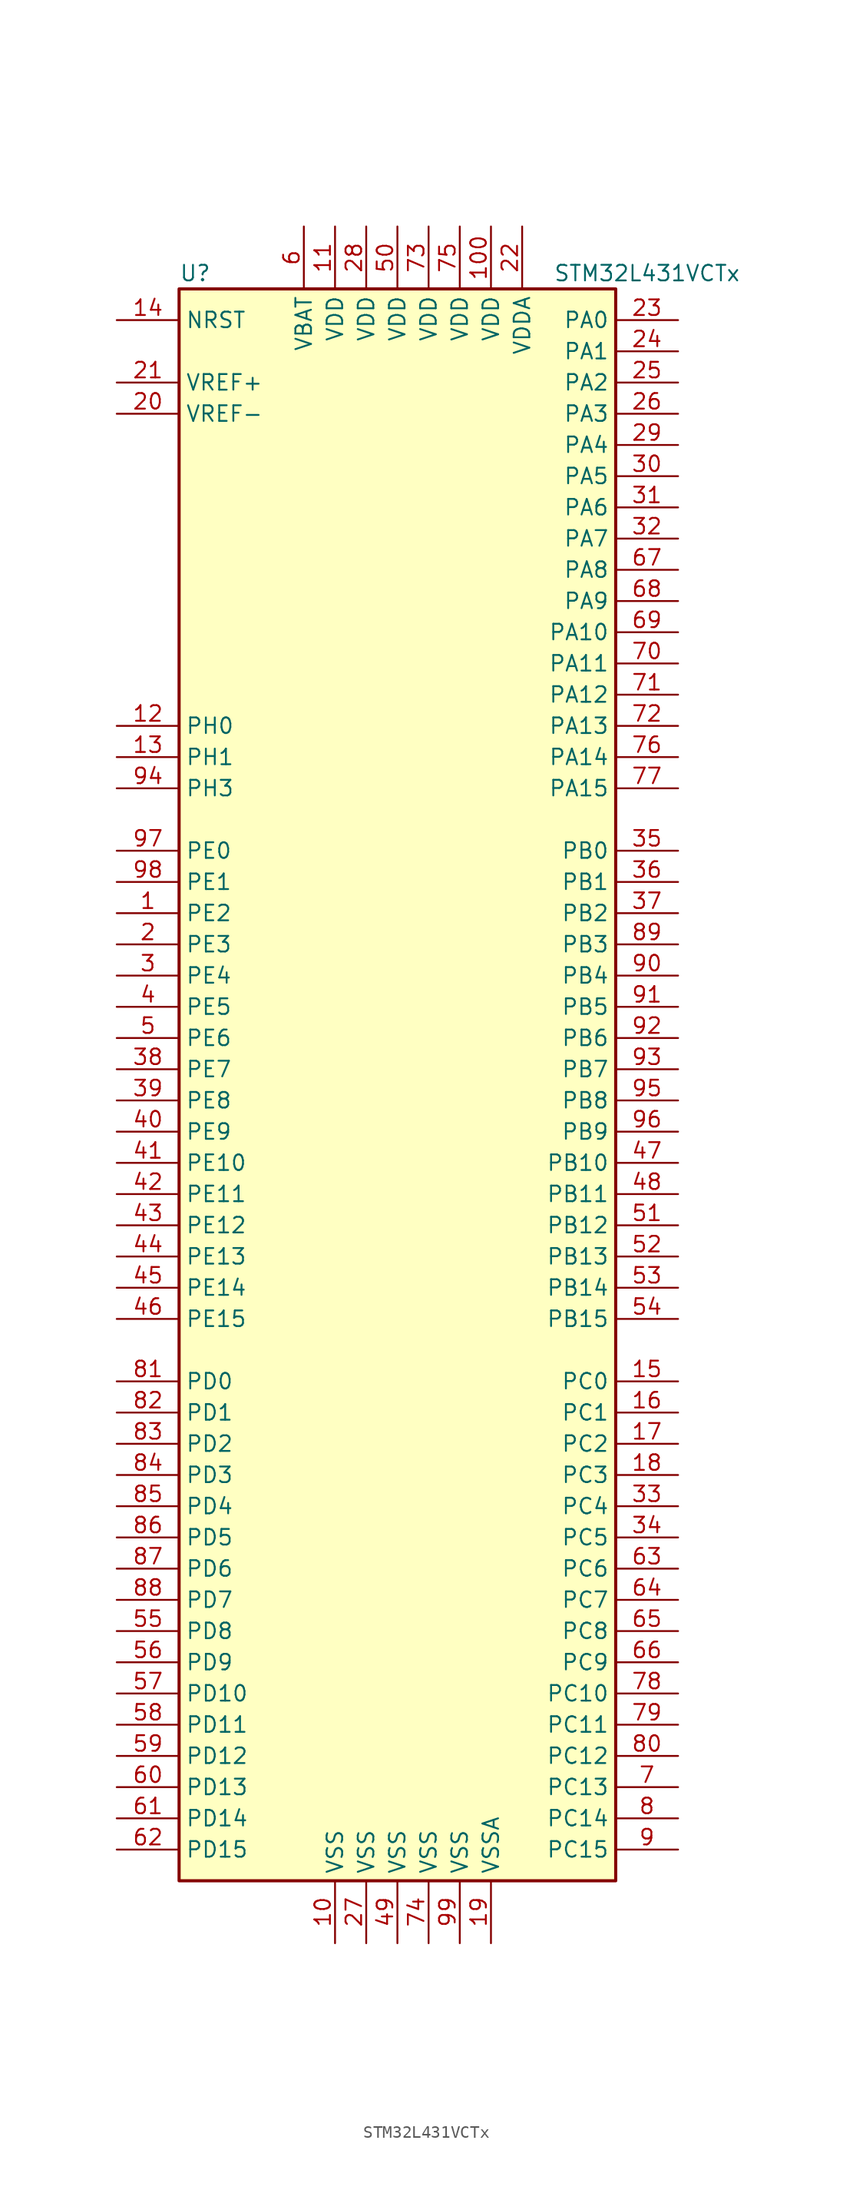
<source format=kicad_sym>
(kicad_symbol_lib
  (version 20220914)
  (generator kicad_symbol_editor)
  (symbol "STM32L431VCTx"
    (property "Reference" "U"
      (at -17.78 64.77 0)
      (effects (font (size 1.27 1.27)) (justify left)))
    (property "Value" "STM32L431VCTx"
      (at 12.7 64.77 0)
      (effects (font (size 1.27 1.27)) (justify left)))
    (symbol "STM32L431VCTx_0_1"
      (rectangle (start -17.78 -66.04) (end 17.78 63.5) (stroke (width 0.254) (type default)) (fill (type background))))
    (symbol "STM32L431VCTx_1_1"
      (pin bidirectional line (at -22.86 12.7 0) (length 5.08) (name "PE2" (effects (font (size 1.27 1.27)))) (number "1" (effects (font (size 1.27 1.27)))))
      (pin power_in line (at -5.08 -71.12 90) (length 5.08) (name "VSS" (effects (font (size 1.27 1.27)))) (number "10" (effects (font (size 1.27 1.27)))))
      (pin power_in line (at 7.62 68.58 270) (length 5.08) (name "VDD" (effects (font (size 1.27 1.27)))) (number "100" (effects (font (size 1.27 1.27)))))
      (pin power_in line (at -5.08 68.58 270) (length 5.08) (name "VDD" (effects (font (size 1.27 1.27)))) (number "11" (effects (font (size 1.27 1.27)))))
      (pin input line (at -22.86 27.94 0) (length 5.08) (name "PH0" (effects (font (size 1.27 1.27)))) (number "12" (effects (font (size 1.27 1.27)))))
      (pin input line (at -22.86 25.4 0) (length 5.08) (name "PH1" (effects (font (size 1.27 1.27)))) (number "13" (effects (font (size 1.27 1.27)))))
      (pin input line (at -22.86 60.96 0) (length 5.08) (name "NRST" (effects (font (size 1.27 1.27)))) (number "14" (effects (font (size 1.27 1.27)))))
      (pin bidirectional line (at 22.86 -25.4 180) (length 5.08) (name "PC0" (effects (font (size 1.27 1.27)))) (number "15" (effects (font (size 1.27 1.27)))))
      (pin bidirectional line (at 22.86 -27.94 180) (length 5.08) (name "PC1" (effects (font (size 1.27 1.27)))) (number "16" (effects (font (size 1.27 1.27)))))
      (pin bidirectional line (at 22.86 -30.48 180) (length 5.08) (name "PC2" (effects (font (size 1.27 1.27)))) (number "17" (effects (font (size 1.27 1.27)))))
      (pin bidirectional line (at 22.86 -33.02 180) (length 5.08) (name "PC3" (effects (font (size 1.27 1.27)))) (number "18" (effects (font (size 1.27 1.27)))))
      (pin power_in line (at 7.62 -71.12 90) (length 5.08) (name "VSSA" (effects (font (size 1.27 1.27)))) (number "19" (effects (font (size 1.27 1.27)))))
      (pin bidirectional line (at -22.86 10.16 0) (length 5.08) (name "PE3" (effects (font (size 1.27 1.27)))) (number "2" (effects (font (size 1.27 1.27)))))
      (pin power_in line (at -22.86 53.34 0) (length 5.08) (name "VREF-" (effects (font (size 1.27 1.27)))) (number "20" (effects (font (size 1.27 1.27)))))
      (pin bidirectional line (at -22.86 55.88 0) (length 5.08) (name "VREF+" (effects (font (size 1.27 1.27)))) (number "21" (effects (font (size 1.27 1.27)))))
      (pin power_in line (at 10.16 68.58 270) (length 5.08) (name "VDDA" (effects (font (size 1.27 1.27)))) (number "22" (effects (font (size 1.27 1.27)))))
      (pin bidirectional line (at 22.86 60.96 180) (length 5.08) (name "PA0" (effects (font (size 1.27 1.27)))) (number "23" (effects (font (size 1.27 1.27)))))
      (pin bidirectional line (at 22.86 58.42 180) (length 5.08) (name "PA1" (effects (font (size 1.27 1.27)))) (number "24" (effects (font (size 1.27 1.27)))))
      (pin bidirectional line (at 22.86 55.88 180) (length 5.08) (name "PA2" (effects (font (size 1.27 1.27)))) (number "25" (effects (font (size 1.27 1.27)))))
      (pin bidirectional line (at 22.86 53.34 180) (length 5.08) (name "PA3" (effects (font (size 1.27 1.27)))) (number "26" (effects (font (size 1.27 1.27)))))
      (pin power_in line (at -2.54 -71.12 90) (length 5.08) (name "VSS" (effects (font (size 1.27 1.27)))) (number "27" (effects (font (size 1.27 1.27)))))
      (pin power_in line (at -2.54 68.58 270) (length 5.08) (name "VDD" (effects (font (size 1.27 1.27)))) (number "28" (effects (font (size 1.27 1.27)))))
      (pin bidirectional line (at 22.86 50.8 180) (length 5.08) (name "PA4" (effects (font (size 1.27 1.27)))) (number "29" (effects (font (size 1.27 1.27)))))
      (pin bidirectional line (at -22.86 7.62 0) (length 5.08) (name "PE4" (effects (font (size 1.27 1.27)))) (number "3" (effects (font (size 1.27 1.27)))))
      (pin bidirectional line (at 22.86 48.26 180) (length 5.08) (name "PA5" (effects (font (size 1.27 1.27)))) (number "30" (effects (font (size 1.27 1.27)))))
      (pin bidirectional line (at 22.86 45.72 180) (length 5.08) (name "PA6" (effects (font (size 1.27 1.27)))) (number "31" (effects (font (size 1.27 1.27)))))
      (pin bidirectional line (at 22.86 43.18 180) (length 5.08) (name "PA7" (effects (font (size 1.27 1.27)))) (number "32" (effects (font (size 1.27 1.27)))))
      (pin bidirectional line (at 22.86 -35.56 180) (length 5.08) (name "PC4" (effects (font (size 1.27 1.27)))) (number "33" (effects (font (size 1.27 1.27)))))
      (pin bidirectional line (at 22.86 -38.1 180) (length 5.08) (name "PC5" (effects (font (size 1.27 1.27)))) (number "34" (effects (font (size 1.27 1.27)))))
      (pin bidirectional line (at 22.86 17.78 180) (length 5.08) (name "PB0" (effects (font (size 1.27 1.27)))) (number "35" (effects (font (size 1.27 1.27)))))
      (pin bidirectional line (at 22.86 15.24 180) (length 5.08) (name "PB1" (effects (font (size 1.27 1.27)))) (number "36" (effects (font (size 1.27 1.27)))))
      (pin bidirectional line (at 22.86 12.7 180) (length 5.08) (name "PB2" (effects (font (size 1.27 1.27)))) (number "37" (effects (font (size 1.27 1.27)))))
      (pin bidirectional line (at -22.86 0 0) (length 5.08) (name "PE7" (effects (font (size 1.27 1.27)))) (number "38" (effects (font (size 1.27 1.27)))))
      (pin bidirectional line (at -22.86 -2.54 0) (length 5.08) (name "PE8" (effects (font (size 1.27 1.27)))) (number "39" (effects (font (size 1.27 1.27)))))
      (pin bidirectional line (at -22.86 5.08 0) (length 5.08) (name "PE5" (effects (font (size 1.27 1.27)))) (number "4" (effects (font (size 1.27 1.27)))))
      (pin bidirectional line (at -22.86 -5.08 0) (length 5.08) (name "PE9" (effects (font (size 1.27 1.27)))) (number "40" (effects (font (size 1.27 1.27)))))
      (pin bidirectional line (at -22.86 -7.62 0) (length 5.08) (name "PE10" (effects (font (size 1.27 1.27)))) (number "41" (effects (font (size 1.27 1.27)))))
      (pin bidirectional line (at -22.86 -10.16 0) (length 5.08) (name "PE11" (effects (font (size 1.27 1.27)))) (number "42" (effects (font (size 1.27 1.27)))))
      (pin bidirectional line (at -22.86 -12.7 0) (length 5.08) (name "PE12" (effects (font (size 1.27 1.27)))) (number "43" (effects (font (size 1.27 1.27)))))
      (pin bidirectional line (at -22.86 -15.24 0) (length 5.08) (name "PE13" (effects (font (size 1.27 1.27)))) (number "44" (effects (font (size 1.27 1.27)))))
      (pin bidirectional line (at -22.86 -17.78 0) (length 5.08) (name "PE14" (effects (font (size 1.27 1.27)))) (number "45" (effects (font (size 1.27 1.27)))))
      (pin bidirectional line (at -22.86 -20.32 0) (length 5.08) (name "PE15" (effects (font (size 1.27 1.27)))) (number "46" (effects (font (size 1.27 1.27)))))
      (pin bidirectional line (at 22.86 -7.62 180) (length 5.08) (name "PB10" (effects (font (size 1.27 1.27)))) (number "47" (effects (font (size 1.27 1.27)))))
      (pin bidirectional line (at 22.86 -10.16 180) (length 5.08) (name "PB11" (effects (font (size 1.27 1.27)))) (number "48" (effects (font (size 1.27 1.27)))))
      (pin power_in line (at 0 -71.12 90) (length 5.08) (name "VSS" (effects (font (size 1.27 1.27)))) (number "49" (effects (font (size 1.27 1.27)))))
      (pin bidirectional line (at -22.86 2.54 0) (length 5.08) (name "PE6" (effects (font (size 1.27 1.27)))) (number "5" (effects (font (size 1.27 1.27)))))
      (pin power_in line (at 0 68.58 270) (length 5.08) (name "VDD" (effects (font (size 1.27 1.27)))) (number "50" (effects (font (size 1.27 1.27)))))
      (pin bidirectional line (at 22.86 -12.7 180) (length 5.08) (name "PB12" (effects (font (size 1.27 1.27)))) (number "51" (effects (font (size 1.27 1.27)))))
      (pin bidirectional line (at 22.86 -15.24 180) (length 5.08) (name "PB13" (effects (font (size 1.27 1.27)))) (number "52" (effects (font (size 1.27 1.27)))))
      (pin bidirectional line (at 22.86 -17.78 180) (length 5.08) (name "PB14" (effects (font (size 1.27 1.27)))) (number "53" (effects (font (size 1.27 1.27)))))
      (pin bidirectional line (at 22.86 -20.32 180) (length 5.08) (name "PB15" (effects (font (size 1.27 1.27)))) (number "54" (effects (font (size 1.27 1.27)))))
      (pin bidirectional line (at -22.86 -45.72 0) (length 5.08) (name "PD8" (effects (font (size 1.27 1.27)))) (number "55" (effects (font (size 1.27 1.27)))))
      (pin bidirectional line (at -22.86 -48.26 0) (length 5.08) (name "PD9" (effects (font (size 1.27 1.27)))) (number "56" (effects (font (size 1.27 1.27)))))
      (pin bidirectional line (at -22.86 -50.8 0) (length 5.08) (name "PD10" (effects (font (size 1.27 1.27)))) (number "57" (effects (font (size 1.27 1.27)))))
      (pin bidirectional line (at -22.86 -53.34 0) (length 5.08) (name "PD11" (effects (font (size 1.27 1.27)))) (number "58" (effects (font (size 1.27 1.27)))))
      (pin bidirectional line (at -22.86 -55.88 0) (length 5.08) (name "PD12" (effects (font (size 1.27 1.27)))) (number "59" (effects (font (size 1.27 1.27)))))
      (pin power_in line (at -7.62 68.58 270) (length 5.08) (name "VBAT" (effects (font (size 1.27 1.27)))) (number "6" (effects (font (size 1.27 1.27)))))
      (pin bidirectional line (at -22.86 -58.42 0) (length 5.08) (name "PD13" (effects (font (size 1.27 1.27)))) (number "60" (effects (font (size 1.27 1.27)))))
      (pin bidirectional line (at -22.86 -60.96 0) (length 5.08) (name "PD14" (effects (font (size 1.27 1.27)))) (number "61" (effects (font (size 1.27 1.27)))))
      (pin bidirectional line (at -22.86 -63.5 0) (length 5.08) (name "PD15" (effects (font (size 1.27 1.27)))) (number "62" (effects (font (size 1.27 1.27)))))
      (pin bidirectional line (at 22.86 -40.64 180) (length 5.08) (name "PC6" (effects (font (size 1.27 1.27)))) (number "63" (effects (font (size 1.27 1.27)))))
      (pin bidirectional line (at 22.86 -43.18 180) (length 5.08) (name "PC7" (effects (font (size 1.27 1.27)))) (number "64" (effects (font (size 1.27 1.27)))))
      (pin bidirectional line (at 22.86 -45.72 180) (length 5.08) (name "PC8" (effects (font (size 1.27 1.27)))) (number "65" (effects (font (size 1.27 1.27)))))
      (pin bidirectional line (at 22.86 -48.26 180) (length 5.08) (name "PC9" (effects (font (size 1.27 1.27)))) (number "66" (effects (font (size 1.27 1.27)))))
      (pin bidirectional line (at 22.86 40.64 180) (length 5.08) (name "PA8" (effects (font (size 1.27 1.27)))) (number "67" (effects (font (size 1.27 1.27)))))
      (pin bidirectional line (at 22.86 38.1 180) (length 5.08) (name "PA9" (effects (font (size 1.27 1.27)))) (number "68" (effects (font (size 1.27 1.27)))))
      (pin bidirectional line (at 22.86 35.56 180) (length 5.08) (name "PA10" (effects (font (size 1.27 1.27)))) (number "69" (effects (font (size 1.27 1.27)))))
      (pin bidirectional line (at 22.86 -58.42 180) (length 5.08) (name "PC13" (effects (font (size 1.27 1.27)))) (number "7" (effects (font (size 1.27 1.27)))))
      (pin bidirectional line (at 22.86 33.02 180) (length 5.08) (name "PA11" (effects (font (size 1.27 1.27)))) (number "70" (effects (font (size 1.27 1.27)))))
      (pin bidirectional line (at 22.86 30.48 180) (length 5.08) (name "PA12" (effects (font (size 1.27 1.27)))) (number "71" (effects (font (size 1.27 1.27)))))
      (pin bidirectional line (at 22.86 27.94 180) (length 5.08) (name "PA13" (effects (font (size 1.27 1.27)))) (number "72" (effects (font (size 1.27 1.27)))))
      (pin power_in line (at 2.54 68.58 270) (length 5.08) (name "VDD" (effects (font (size 1.27 1.27)))) (number "73" (effects (font (size 1.27 1.27)))))
      (pin power_in line (at 2.54 -71.12 90) (length 5.08) (name "VSS" (effects (font (size 1.27 1.27)))) (number "74" (effects (font (size 1.27 1.27)))))
      (pin power_in line (at 5.08 68.58 270) (length 5.08) (name "VDD" (effects (font (size 1.27 1.27)))) (number "75" (effects (font (size 1.27 1.27)))))
      (pin bidirectional line (at 22.86 25.4 180) (length 5.08) (name "PA14" (effects (font (size 1.27 1.27)))) (number "76" (effects (font (size 1.27 1.27)))))
      (pin bidirectional line (at 22.86 22.86 180) (length 5.08) (name "PA15" (effects (font (size 1.27 1.27)))) (number "77" (effects (font (size 1.27 1.27)))))
      (pin bidirectional line (at 22.86 -50.8 180) (length 5.08) (name "PC10" (effects (font (size 1.27 1.27)))) (number "78" (effects (font (size 1.27 1.27)))))
      (pin bidirectional line (at 22.86 -53.34 180) (length 5.08) (name "PC11" (effects (font (size 1.27 1.27)))) (number "79" (effects (font (size 1.27 1.27)))))
      (pin bidirectional line (at 22.86 -60.96 180) (length 5.08) (name "PC14" (effects (font (size 1.27 1.27)))) (number "8" (effects (font (size 1.27 1.27)))))
      (pin bidirectional line (at 22.86 -55.88 180) (length 5.08) (name "PC12" (effects (font (size 1.27 1.27)))) (number "80" (effects (font (size 1.27 1.27)))))
      (pin bidirectional line (at -22.86 -25.4 0) (length 5.08) (name "PD0" (effects (font (size 1.27 1.27)))) (number "81" (effects (font (size 1.27 1.27)))))
      (pin bidirectional line (at -22.86 -27.94 0) (length 5.08) (name "PD1" (effects (font (size 1.27 1.27)))) (number "82" (effects (font (size 1.27 1.27)))))
      (pin bidirectional line (at -22.86 -30.48 0) (length 5.08) (name "PD2" (effects (font (size 1.27 1.27)))) (number "83" (effects (font (size 1.27 1.27)))))
      (pin bidirectional line (at -22.86 -33.02 0) (length 5.08) (name "PD3" (effects (font (size 1.27 1.27)))) (number "84" (effects (font (size 1.27 1.27)))))
      (pin bidirectional line (at -22.86 -35.56 0) (length 5.08) (name "PD4" (effects (font (size 1.27 1.27)))) (number "85" (effects (font (size 1.27 1.27)))))
      (pin bidirectional line (at -22.86 -38.1 0) (length 5.08) (name "PD5" (effects (font (size 1.27 1.27)))) (number "86" (effects (font (size 1.27 1.27)))))
      (pin bidirectional line (at -22.86 -40.64 0) (length 5.08) (name "PD6" (effects (font (size 1.27 1.27)))) (number "87" (effects (font (size 1.27 1.27)))))
      (pin bidirectional line (at -22.86 -43.18 0) (length 5.08) (name "PD7" (effects (font (size 1.27 1.27)))) (number "88" (effects (font (size 1.27 1.27)))))
      (pin bidirectional line (at 22.86 10.16 180) (length 5.08) (name "PB3" (effects (font (size 1.27 1.27)))) (number "89" (effects (font (size 1.27 1.27)))))
      (pin bidirectional line (at 22.86 -63.5 180) (length 5.08) (name "PC15" (effects (font (size 1.27 1.27)))) (number "9" (effects (font (size 1.27 1.27)))))
      (pin bidirectional line (at 22.86 7.62 180) (length 5.08) (name "PB4" (effects (font (size 1.27 1.27)))) (number "90" (effects (font (size 1.27 1.27)))))
      (pin bidirectional line (at 22.86 5.08 180) (length 5.08) (name "PB5" (effects (font (size 1.27 1.27)))) (number "91" (effects (font (size 1.27 1.27)))))
      (pin bidirectional line (at 22.86 2.54 180) (length 5.08) (name "PB6" (effects (font (size 1.27 1.27)))) (number "92" (effects (font (size 1.27 1.27)))))
      (pin bidirectional line (at 22.86 0 180) (length 5.08) (name "PB7" (effects (font (size 1.27 1.27)))) (number "93" (effects (font (size 1.27 1.27)))))
      (pin bidirectional line (at -22.86 22.86 0) (length 5.08) (name "PH3" (effects (font (size 1.27 1.27)))) (number "94" (effects (font (size 1.27 1.27)))))
      (pin bidirectional line (at 22.86 -2.54 180) (length 5.08) (name "PB8" (effects (font (size 1.27 1.27)))) (number "95" (effects (font (size 1.27 1.27)))))
      (pin bidirectional line (at 22.86 -5.08 180) (length 5.08) (name "PB9" (effects (font (size 1.27 1.27)))) (number "96" (effects (font (size 1.27 1.27)))))
      (pin bidirectional line (at -22.86 17.78 0) (length 5.08) (name "PE0" (effects (font (size 1.27 1.27)))) (number "97" (effects (font (size 1.27 1.27)))))
      (pin bidirectional line (at -22.86 15.24 0) (length 5.08) (name "PE1" (effects (font (size 1.27 1.27)))) (number "98" (effects (font (size 1.27 1.27)))))
      (pin power_in line (at 5.08 -71.12 90) (length 5.08) (name "VSS" (effects (font (size 1.27 1.27)))) (number "99" (effects (font (size 1.27 1.27))))))))
</source>
